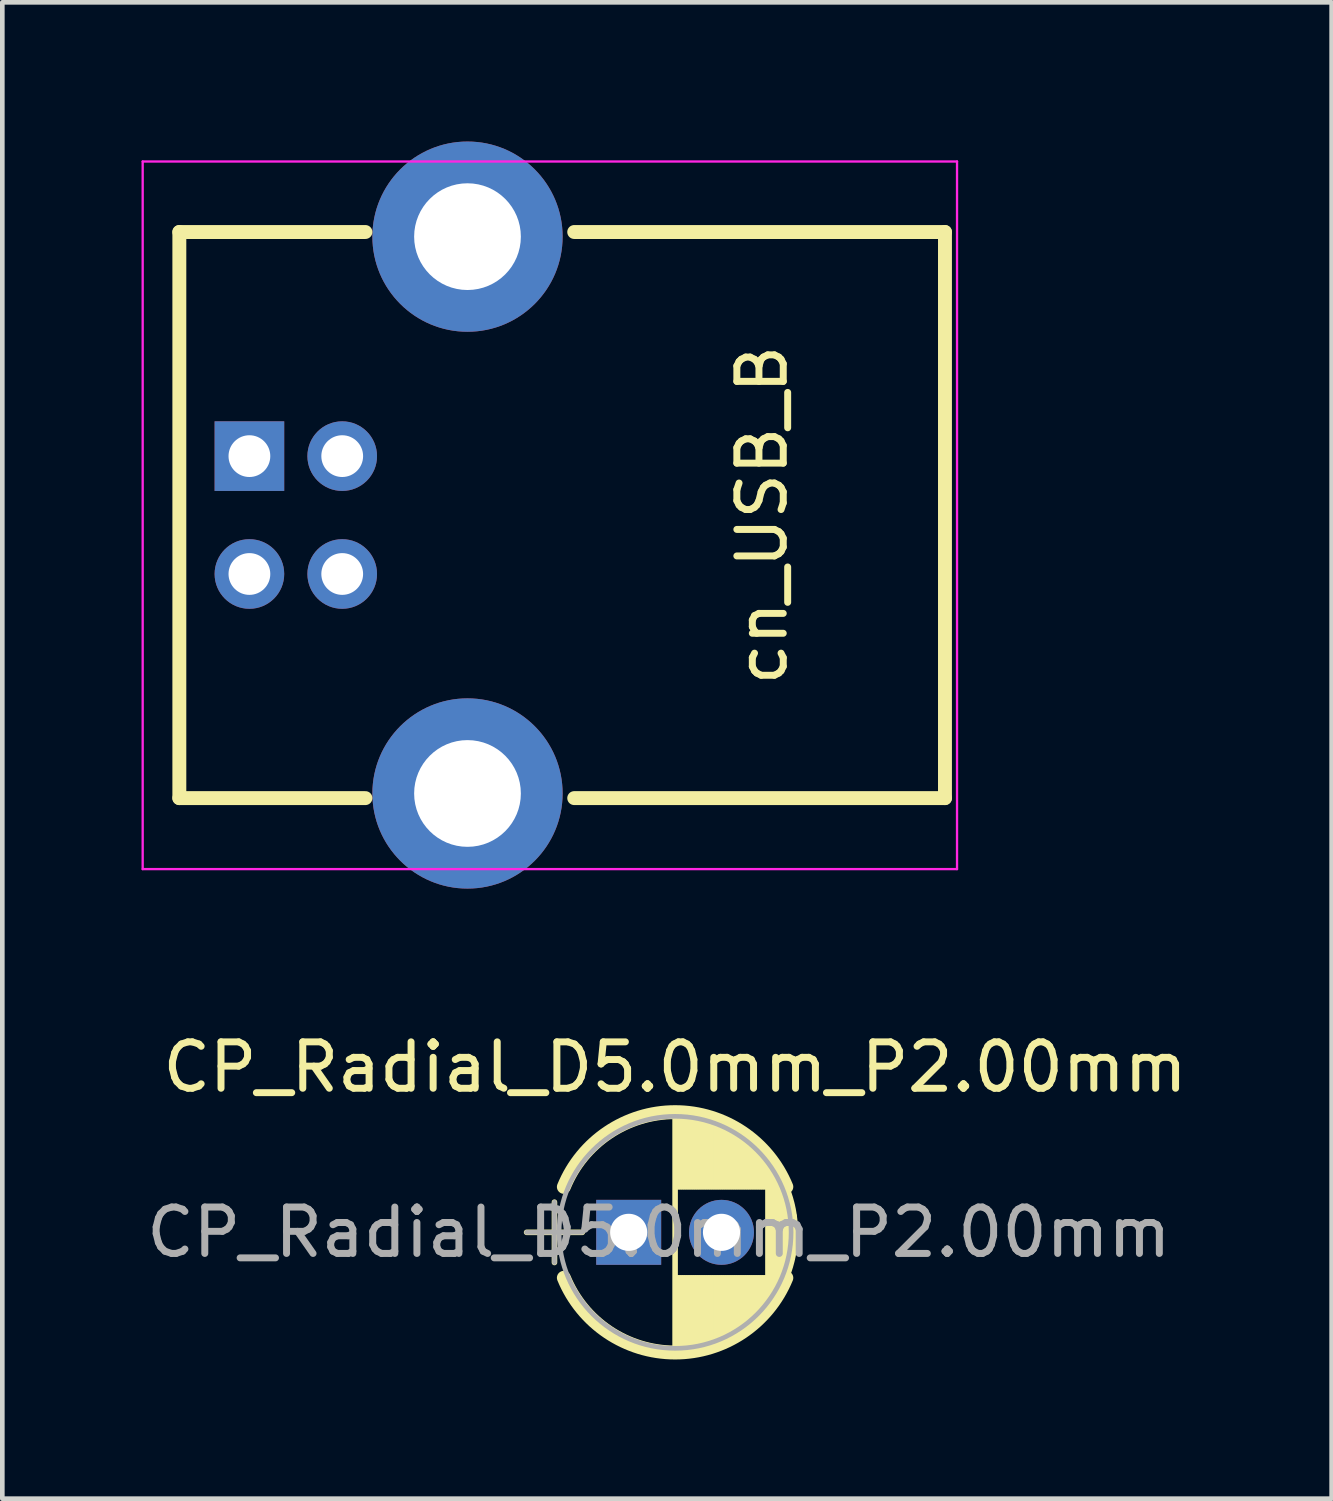
<source format=kicad_pcb>
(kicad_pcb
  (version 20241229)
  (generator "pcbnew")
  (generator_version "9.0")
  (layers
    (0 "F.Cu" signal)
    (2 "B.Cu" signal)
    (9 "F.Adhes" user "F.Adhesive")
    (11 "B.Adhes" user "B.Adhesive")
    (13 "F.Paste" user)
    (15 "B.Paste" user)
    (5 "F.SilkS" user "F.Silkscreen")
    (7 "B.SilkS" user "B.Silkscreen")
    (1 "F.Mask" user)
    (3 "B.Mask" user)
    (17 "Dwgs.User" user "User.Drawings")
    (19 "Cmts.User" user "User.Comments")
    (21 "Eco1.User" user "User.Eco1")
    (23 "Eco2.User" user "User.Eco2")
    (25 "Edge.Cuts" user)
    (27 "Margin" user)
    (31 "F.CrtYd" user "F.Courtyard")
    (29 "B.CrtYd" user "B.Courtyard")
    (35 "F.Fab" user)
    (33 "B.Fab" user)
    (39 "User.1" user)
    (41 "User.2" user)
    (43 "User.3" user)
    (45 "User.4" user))
  (footprint "CP_Radial_D5.0mm_P2.00mm"
    (layer "F.Cu")
    (at 10.499 23.508)
    (property "Reference" "CP_Radial_D5.0mm_P2.00mm" (at 1 -3.56 0) (layer "F.SilkS") (effects (font (size 1 1) (thickness 0.15))))
    (attr through_hole)
    (fp_line (start -2.2 0) (end -1 0) (stroke (width 0.12) (type solid)) (layer "F.SilkS"))
    (fp_line (start -1.6 -0.65) (end -1.6 0.65) (stroke (width 0.12) (type solid)) (layer "F.SilkS"))
    (fp_line (start 1 -2.55) (end 1 2.55) (stroke (width 0.12) (type solid)) (layer "F.SilkS"))
    (fp_line (start 1.04 -2.55) (end 1.04 -0.98) (stroke (width 0.12) (type solid)) (layer "F.SilkS"))
    (fp_line (start 1.04 0.98) (end 1.04 2.55) (stroke (width 0.12) (type solid)) (layer "F.SilkS"))
    (fp_line (start 1.08 -2.549) (end 1.08 -0.98) (stroke (width 0.12) (type solid)) (layer "F.SilkS"))
    (fp_line (start 1.08 0.98) (end 1.08 2.549) (stroke (width 0.12) (type solid)) (layer "F.SilkS"))
    (fp_line (start 1.12 -2.548) (end 1.12 -0.98) (stroke (width 0.12) (type solid)) (layer "F.SilkS"))
    (fp_line (start 1.12 0.98) (end 1.12 2.548) (stroke (width 0.12) (type solid)) (layer "F.SilkS"))
    (fp_line (start 1.16 -2.546) (end 1.16 -0.98) (stroke (width 0.12) (type solid)) (layer "F.SilkS"))
    (fp_line (start 1.16 0.98) (end 1.16 2.546) (stroke (width 0.12) (type solid)) (layer "F.SilkS"))
    (fp_line (start 1.2 -2.543) (end 1.2 -0.98) (stroke (width 0.12) (type solid)) (layer "F.SilkS"))
    (fp_line (start 1.2 0.98) (end 1.2 2.543) (stroke (width 0.12) (type solid)) (layer "F.SilkS"))
    (fp_line (start 1.24 -2.539) (end 1.24 -0.98) (stroke (width 0.12) (type solid)) (layer "F.SilkS"))
    (fp_line (start 1.24 0.98) (end 1.24 2.539) (stroke (width 0.12) (type solid)) (layer "F.SilkS"))
    (fp_line (start 1.28 -2.535) (end 1.28 -0.98) (stroke (width 0.12) (type solid)) (layer "F.SilkS"))
    (fp_line (start 1.28 0.98) (end 1.28 2.535) (stroke (width 0.12) (type solid)) (layer "F.SilkS"))
    (fp_line (start 1.32 -2.531) (end 1.32 -0.98) (stroke (width 0.12) (type solid)) (layer "F.SilkS"))
    (fp_line (start 1.32 0.98) (end 1.32 2.531) (stroke (width 0.12) (type solid)) (layer "F.SilkS"))
    (fp_line (start 1.36 -2.525) (end 1.36 -0.98) (stroke (width 0.12) (type solid)) (layer "F.SilkS"))
    (fp_line (start 1.36 0.98) (end 1.36 2.525) (stroke (width 0.12) (type solid)) (layer "F.SilkS"))
    (fp_line (start 1.4 -2.519) (end 1.4 -0.98) (stroke (width 0.12) (type solid)) (layer "F.SilkS"))
    (fp_line (start 1.4 0.98) (end 1.4 2.519) (stroke (width 0.12) (type solid)) (layer "F.SilkS"))
    (fp_line (start 1.44 -2.513) (end 1.44 -0.98) (stroke (width 0.12) (type solid)) (layer "F.SilkS"))
    (fp_line (start 1.44 0.98) (end 1.44 2.513) (stroke (width 0.12) (type solid)) (layer "F.SilkS"))
    (fp_line (start 1.48 -2.506) (end 1.48 -0.98) (stroke (width 0.12) (type solid)) (layer "F.SilkS"))
    (fp_line (start 1.48 0.98) (end 1.48 2.506) (stroke (width 0.12) (type solid)) (layer "F.SilkS"))
    (fp_line (start 1.52 -2.498) (end 1.52 -0.98) (stroke (width 0.12) (type solid)) (layer "F.SilkS"))
    (fp_line (start 1.52 0.98) (end 1.52 2.498) (stroke (width 0.12) (type solid)) (layer "F.SilkS"))
    (fp_line (start 1.56 -2.489) (end 1.56 -0.98) (stroke (width 0.12) (type solid)) (layer "F.SilkS"))
    (fp_line (start 1.56 0.98) (end 1.56 2.489) (stroke (width 0.12) (type solid)) (layer "F.SilkS"))
    (fp_line (start 1.6 -2.48) (end 1.6 -0.98) (stroke (width 0.12) (type solid)) (layer "F.SilkS"))
    (fp_line (start 1.6 0.98) (end 1.6 2.48) (stroke (width 0.12) (type solid)) (layer "F.SilkS"))
    (fp_line (start 1.64 -2.47) (end 1.64 -0.98) (stroke (width 0.12) (type solid)) (layer "F.SilkS"))
    (fp_line (start 1.64 0.98) (end 1.64 2.47) (stroke (width 0.12) (type solid)) (layer "F.SilkS"))
    (fp_line (start 1.68 -2.46) (end 1.68 -0.98) (stroke (width 0.12) (type solid)) (layer "F.SilkS"))
    (fp_line (start 1.68 0.98) (end 1.68 2.46) (stroke (width 0.12) (type solid)) (layer "F.SilkS"))
    (fp_line (start 1.721 -2.448) (end 1.721 -0.98) (stroke (width 0.12) (type solid)) (layer "F.SilkS"))
    (fp_line (start 1.721 0.98) (end 1.721 2.448) (stroke (width 0.12) (type solid)) (layer "F.SilkS"))
    (fp_line (start 1.761 -2.436) (end 1.761 -0.98) (stroke (width 0.12) (type solid)) (layer "F.SilkS"))
    (fp_line (start 1.761 0.98) (end 1.761 2.436) (stroke (width 0.12) (type solid)) (layer "F.SilkS"))
    (fp_line (start 1.801 -2.424) (end 1.801 -0.98) (stroke (width 0.12) (type solid)) (layer "F.SilkS"))
    (fp_line (start 1.801 0.98) (end 1.801 2.424) (stroke (width 0.12) (type solid)) (layer "F.SilkS"))
    (fp_line (start 1.841 -2.41) (end 1.841 -0.98) (stroke (width 0.12) (type solid)) (layer "F.SilkS"))
    (fp_line (start 1.841 0.98) (end 1.841 2.41) (stroke (width 0.12) (type solid)) (layer "F.SilkS"))
    (fp_line (start 1.881 -2.396) (end 1.881 -0.98) (stroke (width 0.12) (type solid)) (layer "F.SilkS"))
    (fp_line (start 1.881 0.98) (end 1.881 2.396) (stroke (width 0.12) (type solid)) (layer "F.SilkS"))
    (fp_line (start 1.921 -2.382) (end 1.921 -0.98) (stroke (width 0.12) (type solid)) (layer "F.SilkS"))
    (fp_line (start 1.921 0.98) (end 1.921 2.382) (stroke (width 0.12) (type solid)) (layer "F.SilkS"))
    (fp_line (start 1.961 -2.366) (end 1.961 -0.98) (stroke (width 0.12) (type solid)) (layer "F.SilkS"))
    (fp_line (start 1.961 0.98) (end 1.961 2.366) (stroke (width 0.12) (type solid)) (layer "F.SilkS"))
    (fp_line (start 2.001 -2.35) (end 2.001 -0.98) (stroke (width 0.12) (type solid)) (layer "F.SilkS"))
    (fp_line (start 2.001 0.98) (end 2.001 2.35) (stroke (width 0.12) (type solid)) (layer "F.SilkS"))
    (fp_line (start 2.041 -2.333) (end 2.041 -0.98) (stroke (width 0.12) (type solid)) (layer "F.SilkS"))
    (fp_line (start 2.041 0.98) (end 2.041 2.333) (stroke (width 0.12) (type solid)) (layer "F.SilkS"))
    (fp_line (start 2.081 -2.315) (end 2.081 -0.98) (stroke (width 0.12) (type solid)) (layer "F.SilkS"))
    (fp_line (start 2.081 0.98) (end 2.081 2.315) (stroke (width 0.12) (type solid)) (layer "F.SilkS"))
    (fp_line (start 2.121 -2.296) (end 2.121 -0.98) (stroke (width 0.12) (type solid)) (layer "F.SilkS"))
    (fp_line (start 2.121 0.98) (end 2.121 2.296) (stroke (width 0.12) (type solid)) (layer "F.SilkS"))
    (fp_line (start 2.161 -2.276) (end 2.161 -0.98) (stroke (width 0.12) (type solid)) (layer "F.SilkS"))
    (fp_line (start 2.161 0.98) (end 2.161 2.276) (stroke (width 0.12) (type solid)) (layer "F.SilkS"))
    (fp_line (start 2.201 -2.256) (end 2.201 -0.98) (stroke (width 0.12) (type solid)) (layer "F.SilkS"))
    (fp_line (start 2.201 0.98) (end 2.201 2.256) (stroke (width 0.12) (type solid)) (layer "F.SilkS"))
    (fp_line (start 2.241 -2.234) (end 2.241 -0.98) (stroke (width 0.12) (type solid)) (layer "F.SilkS"))
    (fp_line (start 2.241 0.98) (end 2.241 2.234) (stroke (width 0.12) (type solid)) (layer "F.SilkS"))
    (fp_line (start 2.281 -2.212) (end 2.281 -0.98) (stroke (width 0.12) (type solid)) (layer "F.SilkS"))
    (fp_line (start 2.281 0.98) (end 2.281 2.212) (stroke (width 0.12) (type solid)) (layer "F.SilkS"))
    (fp_line (start 2.321 -2.189) (end 2.321 -0.98) (stroke (width 0.12) (type solid)) (layer "F.SilkS"))
    (fp_line (start 2.321 0.98) (end 2.321 2.189) (stroke (width 0.12) (type solid)) (layer "F.SilkS"))
    (fp_line (start 2.361 -2.165) (end 2.361 -0.98) (stroke (width 0.12) (type solid)) (layer "F.SilkS"))
    (fp_line (start 2.361 0.98) (end 2.361 2.165) (stroke (width 0.12) (type solid)) (layer "F.SilkS"))
    (fp_line (start 2.401 -2.14) (end 2.401 -0.98) (stroke (width 0.12) (type solid)) (layer "F.SilkS"))
    (fp_line (start 2.401 0.98) (end 2.401 2.14) (stroke (width 0.12) (type solid)) (layer "F.SilkS"))
    (fp_line (start 2.441 -2.113) (end 2.441 -0.98) (stroke (width 0.12) (type solid)) (layer "F.SilkS"))
    (fp_line (start 2.441 0.98) (end 2.441 2.113) (stroke (width 0.12) (type solid)) (layer "F.SilkS"))
    (fp_line (start 2.481 -2.086) (end 2.481 -0.98) (stroke (width 0.12) (type solid)) (layer "F.SilkS"))
    (fp_line (start 2.481 0.98) (end 2.481 2.086) (stroke (width 0.12) (type solid)) (layer "F.SilkS"))
    (fp_line (start 2.521 -2.058) (end 2.521 -0.98) (stroke (width 0.12) (type solid)) (layer "F.SilkS"))
    (fp_line (start 2.521 0.98) (end 2.521 2.058) (stroke (width 0.12) (type solid)) (layer "F.SilkS"))
    (fp_line (start 2.561 -2.028) (end 2.561 -0.98) (stroke (width 0.12) (type solid)) (layer "F.SilkS"))
    (fp_line (start 2.561 0.98) (end 2.561 2.028) (stroke (width 0.12) (type solid)) (layer "F.SilkS"))
    (fp_line (start 2.601 -1.997) (end 2.601 -0.98) (stroke (width 0.12) (type solid)) (layer "F.SilkS"))
    (fp_line (start 2.601 0.98) (end 2.601 1.997) (stroke (width 0.12) (type solid)) (layer "F.SilkS"))
    (fp_line (start 2.641 -1.965) (end 2.641 -0.98) (stroke (width 0.12) (type solid)) (layer "F.SilkS"))
    (fp_line (start 2.641 0.98) (end 2.641 1.965) (stroke (width 0.12) (type solid)) (layer "F.SilkS"))
    (fp_line (start 2.681 -1.932) (end 2.681 -0.98) (stroke (width 0.12) (type solid)) (layer "F.SilkS"))
    (fp_line (start 2.681 0.98) (end 2.681 1.932) (stroke (width 0.12) (type solid)) (layer "F.SilkS"))
    (fp_line (start 2.721 -1.897) (end 2.721 -0.98) (stroke (width 0.12) (type solid)) (layer "F.SilkS"))
    (fp_line (start 2.721 0.98) (end 2.721 1.897) (stroke (width 0.12) (type solid)) (layer "F.SilkS"))
    (fp_line (start 2.761 -1.861) (end 2.761 -0.98) (stroke (width 0.12) (type solid)) (layer "F.SilkS"))
    (fp_line (start 2.761 0.98) (end 2.761 1.861) (stroke (width 0.12) (type solid)) (layer "F.SilkS"))
    (fp_line (start 2.801 -1.823) (end 2.801 -0.98) (stroke (width 0.12) (type solid)) (layer "F.SilkS"))
    (fp_line (start 2.801 0.98) (end 2.801 1.823) (stroke (width 0.12) (type solid)) (layer "F.SilkS"))
    (fp_line (start 2.841 -1.783) (end 2.841 -0.98) (stroke (width 0.12) (type solid)) (layer "F.SilkS"))
    (fp_line (start 2.841 0.98) (end 2.841 1.783) (stroke (width 0.12) (type solid)) (layer "F.SilkS"))
    (fp_line (start 2.881 -1.742) (end 2.881 -0.98) (stroke (width 0.12) (type solid)) (layer "F.SilkS"))
    (fp_line (start 2.881 0.98) (end 2.881 1.742) (stroke (width 0.12) (type solid)) (layer "F.SilkS"))
    (fp_line (start 2.921 -1.699) (end 2.921 -0.98) (stroke (width 0.12) (type solid)) (layer "F.SilkS"))
    (fp_line (start 2.921 0.98) (end 2.921 1.699) (stroke (width 0.12) (type solid)) (layer "F.SilkS"))
    (fp_line (start 2.961 -1.654) (end 2.961 -0.98) (stroke (width 0.12) (type solid)) (layer "F.SilkS"))
    (fp_line (start 2.961 0.98) (end 2.961 1.654) (stroke (width 0.12) (type solid)) (layer "F.SilkS"))
    (fp_line (start 3.001 -1.606) (end 3.001 1.606) (stroke (width 0.12) (type solid)) (layer "F.SilkS"))
    (fp_line (start 3.041 -1.556) (end 3.041 1.556) (stroke (width 0.12) (type solid)) (layer "F.SilkS"))
    (fp_line (start 3.081 -1.504) (end 3.081 1.504) (stroke (width 0.12) (type solid)) (layer "F.SilkS"))
    (fp_line (start 3.121 -1.448) (end 3.121 1.448) (stroke (width 0.12) (type solid)) (layer "F.SilkS"))
    (fp_line (start 3.161 -1.39) (end 3.161 1.39) (stroke (width 0.12) (type solid)) (layer "F.SilkS"))
    (fp_line (start 3.201 -1.327) (end 3.201 1.327) (stroke (width 0.12) (type solid)) (layer "F.SilkS"))
    (fp_line (start 3.241 -1.261) (end 3.241 1.261) (stroke (width 0.12) (type solid)) (layer "F.SilkS"))
    (fp_line (start 3.281 -1.189) (end 3.281 1.189) (stroke (width 0.12) (type solid)) (layer "F.SilkS"))
    (fp_line (start 3.321 -1.112) (end 3.321 1.112) (stroke (width 0.12) (type solid)) (layer "F.SilkS"))
    (fp_line (start 3.361 -1.028) (end 3.361 1.028) (stroke (width 0.12) (type solid)) (layer "F.SilkS"))
    (fp_line (start 3.401 -0.934) (end 3.401 0.934) (stroke (width 0.12) (type solid)) (layer "F.SilkS"))
    (fp_line (start 3.441 -0.829) (end 3.441 0.829) (stroke (width 0.12) (type solid)) (layer "F.SilkS"))
    (fp_line (start 3.481 -0.707) (end 3.481 0.707) (stroke (width 0.12) (type solid)) (layer "F.SilkS"))
    (fp_line (start 3.521 -0.559) (end 3.521 0.559) (stroke (width 0.12) (type solid)) (layer "F.SilkS"))
    (fp_line (start 3.561 -0.354) (end 3.561 0.354) (stroke (width 0.12) (type solid)) (layer "F.SilkS"))
    (fp_arc (start -1.397436 -0.98) (mid 0.999244 -2.59) (end 3.396863 -0.9814) (stroke (width 0.3) (type solid)) (layer "F.SilkS"))
    (fp_arc (start 3.396863 0.9814) (mid 0.999244 2.59) (end -1.397436 0.98) (stroke (width 0.3) (type solid)) (layer "F.SilkS"))
    (fp_arc (start 3.397436 -0.98) (mid 3.59 0.000756) (end 3.396863 0.9814) (stroke (width 0.12) (type solid)) (layer "F.SilkS"))
    (fp_line (start -2.2 0) (end -1 0) (stroke (width 0.1) (type solid)) (layer "F.Fab"))
    (fp_line (start -1.6 -0.65) (end -1.6 0.65) (stroke (width 0.1) (type solid)) (layer "F.Fab"))
    (fp_circle (center 1 0) (end 3.5 0) (stroke (width 0.1) (type solid)) (fill no) (layer "F.Fab"))
    (fp_text user "${REFERENCE}" (at 0.65 0 0) (layer "F.Fab") (effects (font (size 1 1) (thickness 0.15))))
    (pad "1" thru_hole rect (at 0 0) (size 1.4 1.4) (drill 0.8) (layers "*.Cu" "*.Mask"))
    (pad "2" thru_hole circle (at 2 0) (size 1.4 1.4) (drill 0.8) (layers "*.Cu" "*.Mask")))
  (footprint "cn_USB_B"
    (layer "F.Cu")
    (at 2.325 6.78)
    (property "Reference" "cn_USB_B" (at 11.05 1.27 90) (layer "F.SilkS") (effects (font (size 1 1) (thickness 0.15))))
    (attr through_hole)
    (fp_line (start -1.51 -4.83) (end 2.5 -4.83) (stroke (width 0.3) (type solid)) (layer "F.SilkS"))
    (fp_line (start -1.51 7.37) (end -1.51 -4.83) (stroke (width 0.3) (type solid)) (layer "F.SilkS"))
    (fp_line (start -1.51 7.37) (end 2.5 7.37) (stroke (width 0.3) (type solid)) (layer "F.SilkS"))
    (fp_line (start 7 -4.83) (end 14.99 -4.83) (stroke (width 0.3) (type solid)) (layer "F.SilkS"))
    (fp_line (start 7 7.37) (end 14.99 7.37) (stroke (width 0.3) (type solid)) (layer "F.SilkS"))
    (fp_line (start 14.99 -4.83) (end 14.99 7.37) (stroke (width 0.3) (type solid)) (layer "F.SilkS"))
    (fp_line (start -2.3 -6.35) (end 15.25 -6.35) (stroke (width 0.05) (type solid)) (layer "F.CrtYd"))
    (fp_line (start -2.3 8.9) (end -2.3 -6.35) (stroke (width 0.05) (type solid)) (layer "F.CrtYd"))
    (fp_line (start 15.25 -6.35) (end 15.25 8.9) (stroke (width 0.05) (type solid)) (layer "F.CrtYd"))
    (fp_line (start 15.25 8.9) (end -2.3 8.9) (stroke (width 0.05) (type solid)) (layer "F.CrtYd"))
    (pad "1" thru_hole rect (at 0 0 270) (size 1.5 1.5) (drill 0.9) (layers "*.Cu" "*.Mask"))
    (pad "2" thru_hole circle (at 0 2.54 270) (size 1.5 1.5) (drill 0.9) (layers "*.Cu" "*.Mask"))
    (pad "3" thru_hole circle (at 2 2.54 270) (size 1.5 1.5) (drill 0.9) (layers "*.Cu" "*.Mask"))
    (pad "4" thru_hole circle (at 2 0 270) (size 1.5 1.5) (drill 0.9) (layers "*.Cu" "*.Mask"))
    (pad "5" thru_hole circle (at 4.7 -4.73 270) (size 4.1 4.1) (drill 2.3) (layers "*.Cu" "*.Mask"))
    (pad "5" thru_hole circle (at 4.7 7.27 270) (size 4.1 4.1) (drill 2.3) (layers "*.Cu" "*.Mask")))
  (gr_rect
    (start -3 -3)
    (end 25.648 29.248)
    (stroke (width 0.1) (type default))
    (fill no)
    (layer "Edge.Cuts")))
</source>
